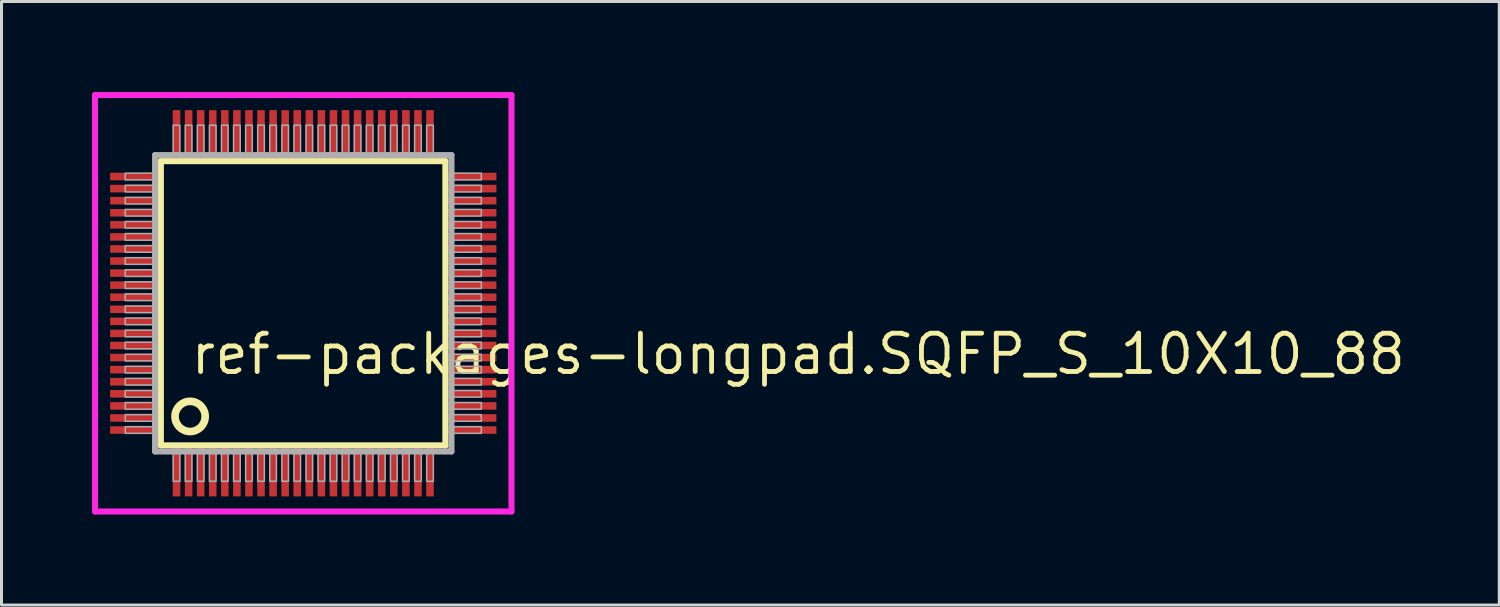
<source format=kicad_pcb>
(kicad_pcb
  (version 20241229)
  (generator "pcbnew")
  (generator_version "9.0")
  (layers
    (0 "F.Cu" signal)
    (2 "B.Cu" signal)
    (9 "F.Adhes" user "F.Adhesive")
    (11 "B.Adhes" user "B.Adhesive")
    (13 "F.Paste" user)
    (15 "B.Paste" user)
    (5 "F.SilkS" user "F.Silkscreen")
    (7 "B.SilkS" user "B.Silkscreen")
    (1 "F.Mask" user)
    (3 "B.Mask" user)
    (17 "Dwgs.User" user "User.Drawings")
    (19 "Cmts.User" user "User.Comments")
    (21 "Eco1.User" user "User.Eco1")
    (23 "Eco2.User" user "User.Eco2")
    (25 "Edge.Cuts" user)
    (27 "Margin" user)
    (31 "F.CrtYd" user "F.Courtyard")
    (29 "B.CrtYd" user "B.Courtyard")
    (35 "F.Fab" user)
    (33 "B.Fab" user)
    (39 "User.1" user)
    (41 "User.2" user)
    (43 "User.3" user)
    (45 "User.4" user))
  (footprint "ref-packages-longpad.SQFP_S_10X10_88"
    (layer "F.Cu")
    (at 7 7)
    (property "Reference" "ref-packages-longpad.SQFP_S_10X10_88" (at -3.81 2.425 0) (layer "F.SilkS") (effects (font (size 1.27 1.27) (thickness 0.16)) (justify left bottom)))
    (attr smd)
    (fp_line (start -4.72 -4.71) (end 4.71 -4.71) (stroke (width 0.203) (type default)) (layer "F.SilkS"))
    (fp_line (start -4.72 4.71) (end -4.72 -4.71) (stroke (width 0.203) (type default)) (layer "F.SilkS"))
    (fp_line (start 4.71 -4.71) (end 4.71 4.71) (stroke (width 0.203) (type default)) (layer "F.SilkS"))
    (fp_line (start 4.71 4.71) (end -4.72 4.71) (stroke (width 0.203) (type default)) (layer "F.SilkS"))
    (fp_circle (center -3.75 3.75) (end -3.25 3.75) (stroke (width 0.254) (type default)) (fill no) (layer "F.SilkS"))
    (fp_line (start -6.9 -6.9) (end 6.9 -6.9) (stroke (width 0.2) (type default)) (layer "F.CrtYd"))
    (fp_line (start -6.9 6.9) (end -6.9 -6.9) (stroke (width 0.2) (type default)) (layer "F.CrtYd"))
    (fp_line (start 6.9 -6.9) (end 6.9 6.9) (stroke (width 0.2) (type default)) (layer "F.CrtYd"))
    (fp_line (start 6.9 6.9) (end -6.9 6.9) (stroke (width 0.2) (type default)) (layer "F.CrtYd"))
    (fp_line (start -4.91 -4.91) (end -4.91 4.91) (stroke (width 0.203) (type default)) (layer "F.Fab"))
    (fp_line (start -4.91 4.91) (end 4.91 4.91) (stroke (width 0.203) (type default)) (layer "F.Fab"))
    (fp_line (start 4.91 -4.91) (end -4.91 -4.91) (stroke (width 0.203) (type default)) (layer "F.Fab"))
    (fp_line (start 4.91 4.91) (end 4.91 -4.91) (stroke (width 0.203) (type default)) (layer "F.Fab"))
    (fp_rect (start -5.9 -4.09) (end -4.95 -4.31) (stroke (width 0.05) (type default)) (fill no) (layer "F.Fab"))
    (fp_rect (start -5.9 -3.69) (end -4.95 -3.91) (stroke (width 0.05) (type default)) (fill no) (layer "F.Fab"))
    (fp_rect (start -5.9 -3.29) (end -4.95 -3.51) (stroke (width 0.05) (type default)) (fill no) (layer "F.Fab"))
    (fp_rect (start -5.9 -2.89) (end -4.95 -3.11) (stroke (width 0.05) (type default)) (fill no) (layer "F.Fab"))
    (fp_rect (start -5.9 -2.49) (end -4.95 -2.71) (stroke (width 0.05) (type default)) (fill no) (layer "F.Fab"))
    (fp_rect (start -5.9 -2.09) (end -4.95 -2.31) (stroke (width 0.05) (type default)) (fill no) (layer "F.Fab"))
    (fp_rect (start -5.9 -1.69) (end -4.95 -1.91) (stroke (width 0.05) (type default)) (fill no) (layer "F.Fab"))
    (fp_rect (start -5.9 -1.29) (end -4.95 -1.51) (stroke (width 0.05) (type default)) (fill no) (layer "F.Fab"))
    (fp_rect (start -5.9 -0.89) (end -4.95 -1.11) (stroke (width 0.05) (type default)) (fill no) (layer "F.Fab"))
    (fp_rect (start -5.9 -0.49) (end -4.95 -0.71) (stroke (width 0.05) (type default)) (fill no) (layer "F.Fab"))
    (fp_rect (start -5.9 -0.09) (end -4.95 -0.31) (stroke (width 0.05) (type default)) (fill no) (layer "F.Fab"))
    (fp_rect (start -5.9 0.31) (end -4.95 0.09) (stroke (width 0.05) (type default)) (fill no) (layer "F.Fab"))
    (fp_rect (start -5.9 0.71) (end -4.95 0.49) (stroke (width 0.05) (type default)) (fill no) (layer "F.Fab"))
    (fp_rect (start -5.9 1.11) (end -4.95 0.89) (stroke (width 0.05) (type default)) (fill no) (layer "F.Fab"))
    (fp_rect (start -5.9 1.51) (end -4.95 1.29) (stroke (width 0.05) (type default)) (fill no) (layer "F.Fab"))
    (fp_rect (start -5.9 1.91) (end -4.95 1.69) (stroke (width 0.05) (type default)) (fill no) (layer "F.Fab"))
    (fp_rect (start -5.9 2.31) (end -4.95 2.09) (stroke (width 0.05) (type default)) (fill no) (layer "F.Fab"))
    (fp_rect (start -5.9 2.71) (end -4.95 2.49) (stroke (width 0.05) (type default)) (fill no) (layer "F.Fab"))
    (fp_rect (start -5.9 3.11) (end -4.95 2.89) (stroke (width 0.05) (type default)) (fill no) (layer "F.Fab"))
    (fp_rect (start -5.9 3.51) (end -4.95 3.29) (stroke (width 0.05) (type default)) (fill no) (layer "F.Fab"))
    (fp_rect (start -5.9 3.91) (end -4.95 3.69) (stroke (width 0.05) (type default)) (fill no) (layer "F.Fab"))
    (fp_rect (start -5.9 4.31) (end -4.95 4.09) (stroke (width 0.05) (type default)) (fill no) (layer "F.Fab"))
    (fp_rect (start -4.31 -4.95) (end -4.09 -5.9) (stroke (width 0.05) (type default)) (fill no) (layer "F.Fab"))
    (fp_rect (start -4.31 5.9) (end -4.09 4.95) (stroke (width 0.05) (type default)) (fill no) (layer "F.Fab"))
    (fp_rect (start -3.91 -4.95) (end -3.69 -5.9) (stroke (width 0.05) (type default)) (fill no) (layer "F.Fab"))
    (fp_rect (start -3.91 5.9) (end -3.69 4.95) (stroke (width 0.05) (type default)) (fill no) (layer "F.Fab"))
    (fp_rect (start -3.51 -4.95) (end -3.29 -5.9) (stroke (width 0.05) (type default)) (fill no) (layer "F.Fab"))
    (fp_rect (start -3.51 5.9) (end -3.29 4.95) (stroke (width 0.05) (type default)) (fill no) (layer "F.Fab"))
    (fp_rect (start -3.11 -4.95) (end -2.89 -5.9) (stroke (width 0.05) (type default)) (fill no) (layer "F.Fab"))
    (fp_rect (start -3.11 5.9) (end -2.89 4.95) (stroke (width 0.05) (type default)) (fill no) (layer "F.Fab"))
    (fp_rect (start -2.71 -4.95) (end -2.49 -5.9) (stroke (width 0.05) (type default)) (fill no) (layer "F.Fab"))
    (fp_rect (start -2.71 5.9) (end -2.49 4.95) (stroke (width 0.05) (type default)) (fill no) (layer "F.Fab"))
    (fp_rect (start -2.31 -4.95) (end -2.09 -5.9) (stroke (width 0.05) (type default)) (fill no) (layer "F.Fab"))
    (fp_rect (start -2.31 5.9) (end -2.09 4.95) (stroke (width 0.05) (type default)) (fill no) (layer "F.Fab"))
    (fp_rect (start -1.91 -4.95) (end -1.69 -5.9) (stroke (width 0.05) (type default)) (fill no) (layer "F.Fab"))
    (fp_rect (start -1.91 5.9) (end -1.69 4.95) (stroke (width 0.05) (type default)) (fill no) (layer "F.Fab"))
    (fp_rect (start -1.51 -4.95) (end -1.29 -5.9) (stroke (width 0.05) (type default)) (fill no) (layer "F.Fab"))
    (fp_rect (start -1.51 5.9) (end -1.29 4.95) (stroke (width 0.05) (type default)) (fill no) (layer "F.Fab"))
    (fp_rect (start -1.11 -4.95) (end -0.89 -5.9) (stroke (width 0.05) (type default)) (fill no) (layer "F.Fab"))
    (fp_rect (start -1.11 5.9) (end -0.89 4.95) (stroke (width 0.05) (type default)) (fill no) (layer "F.Fab"))
    (fp_rect (start -0.71 -4.95) (end -0.49 -5.9) (stroke (width 0.05) (type default)) (fill no) (layer "F.Fab"))
    (fp_rect (start -0.71 5.9) (end -0.49 4.95) (stroke (width 0.05) (type default)) (fill no) (layer "F.Fab"))
    (fp_rect (start -0.31 -4.95) (end -0.09 -5.9) (stroke (width 0.05) (type default)) (fill no) (layer "F.Fab"))
    (fp_rect (start -0.31 5.9) (end -0.09 4.95) (stroke (width 0.05) (type default)) (fill no) (layer "F.Fab"))
    (fp_rect (start 0.09 -4.95) (end 0.31 -5.9) (stroke (width 0.05) (type default)) (fill no) (layer "F.Fab"))
    (fp_rect (start 0.09 5.9) (end 0.31 4.95) (stroke (width 0.05) (type default)) (fill no) (layer "F.Fab"))
    (fp_rect (start 0.49 -4.95) (end 0.71 -5.9) (stroke (width 0.05) (type default)) (fill no) (layer "F.Fab"))
    (fp_rect (start 0.49 5.9) (end 0.71 4.95) (stroke (width 0.05) (type default)) (fill no) (layer "F.Fab"))
    (fp_rect (start 0.89 -4.95) (end 1.11 -5.9) (stroke (width 0.05) (type default)) (fill no) (layer "F.Fab"))
    (fp_rect (start 0.89 5.9) (end 1.11 4.95) (stroke (width 0.05) (type default)) (fill no) (layer "F.Fab"))
    (fp_rect (start 1.29 -4.95) (end 1.51 -5.9) (stroke (width 0.05) (type default)) (fill no) (layer "F.Fab"))
    (fp_rect (start 1.29 5.9) (end 1.51 4.95) (stroke (width 0.05) (type default)) (fill no) (layer "F.Fab"))
    (fp_rect (start 1.69 -4.95) (end 1.91 -5.9) (stroke (width 0.05) (type default)) (fill no) (layer "F.Fab"))
    (fp_rect (start 1.69 5.9) (end 1.91 4.95) (stroke (width 0.05) (type default)) (fill no) (layer "F.Fab"))
    (fp_rect (start 2.09 -4.95) (end 2.31 -5.9) (stroke (width 0.05) (type default)) (fill no) (layer "F.Fab"))
    (fp_rect (start 2.09 5.9) (end 2.31 4.95) (stroke (width 0.05) (type default)) (fill no) (layer "F.Fab"))
    (fp_rect (start 2.49 -4.95) (end 2.71 -5.9) (stroke (width 0.05) (type default)) (fill no) (layer "F.Fab"))
    (fp_rect (start 2.49 5.9) (end 2.71 4.95) (stroke (width 0.05) (type default)) (fill no) (layer "F.Fab"))
    (fp_rect (start 2.89 -4.95) (end 3.11 -5.9) (stroke (width 0.05) (type default)) (fill no) (layer "F.Fab"))
    (fp_rect (start 2.89 5.9) (end 3.11 4.95) (stroke (width 0.05) (type default)) (fill no) (layer "F.Fab"))
    (fp_rect (start 3.29 -4.95) (end 3.51 -5.9) (stroke (width 0.05) (type default)) (fill no) (layer "F.Fab"))
    (fp_rect (start 3.29 5.9) (end 3.51 4.95) (stroke (width 0.05) (type default)) (fill no) (layer "F.Fab"))
    (fp_rect (start 3.69 -4.95) (end 3.91 -5.9) (stroke (width 0.05) (type default)) (fill no) (layer "F.Fab"))
    (fp_rect (start 3.69 5.9) (end 3.91 4.95) (stroke (width 0.05) (type default)) (fill no) (layer "F.Fab"))
    (fp_rect (start 4.09 -4.95) (end 4.31 -5.9) (stroke (width 0.05) (type default)) (fill no) (layer "F.Fab"))
    (fp_rect (start 4.09 5.9) (end 4.31 4.95) (stroke (width 0.05) (type default)) (fill no) (layer "F.Fab"))
    (fp_rect (start 4.95 -4.09) (end 5.9 -4.31) (stroke (width 0.05) (type default)) (fill no) (layer "F.Fab"))
    (fp_rect (start 4.95 -3.69) (end 5.9 -3.91) (stroke (width 0.05) (type default)) (fill no) (layer "F.Fab"))
    (fp_rect (start 4.95 -3.29) (end 5.9 -3.51) (stroke (width 0.05) (type default)) (fill no) (layer "F.Fab"))
    (fp_rect (start 4.95 -2.89) (end 5.9 -3.11) (stroke (width 0.05) (type default)) (fill no) (layer "F.Fab"))
    (fp_rect (start 4.95 -2.49) (end 5.9 -2.71) (stroke (width 0.05) (type default)) (fill no) (layer "F.Fab"))
    (fp_rect (start 4.95 -2.09) (end 5.9 -2.31) (stroke (width 0.05) (type default)) (fill no) (layer "F.Fab"))
    (fp_rect (start 4.95 -1.69) (end 5.9 -1.91) (stroke (width 0.05) (type default)) (fill no) (layer "F.Fab"))
    (fp_rect (start 4.95 -1.29) (end 5.9 -1.51) (stroke (width 0.05) (type default)) (fill no) (layer "F.Fab"))
    (fp_rect (start 4.95 -0.89) (end 5.9 -1.11) (stroke (width 0.05) (type default)) (fill no) (layer "F.Fab"))
    (fp_rect (start 4.95 -0.49) (end 5.9 -0.71) (stroke (width 0.05) (type default)) (fill no) (layer "F.Fab"))
    (fp_rect (start 4.95 -0.09) (end 5.9 -0.31) (stroke (width 0.05) (type default)) (fill no) (layer "F.Fab"))
    (fp_rect (start 4.95 0.31) (end 5.9 0.09) (stroke (width 0.05) (type default)) (fill no) (layer "F.Fab"))
    (fp_rect (start 4.95 0.71) (end 5.9 0.49) (stroke (width 0.05) (type default)) (fill no) (layer "F.Fab"))
    (fp_rect (start 4.95 1.11) (end 5.9 0.89) (stroke (width 0.05) (type default)) (fill no) (layer "F.Fab"))
    (fp_rect (start 4.95 1.51) (end 5.9 1.29) (stroke (width 0.05) (type default)) (fill no) (layer "F.Fab"))
    (fp_rect (start 4.95 1.91) (end 5.9 1.69) (stroke (width 0.05) (type default)) (fill no) (layer "F.Fab"))
    (fp_rect (start 4.95 2.31) (end 5.9 2.09) (stroke (width 0.05) (type default)) (fill no) (layer "F.Fab"))
    (fp_rect (start 4.95 2.71) (end 5.9 2.49) (stroke (width 0.05) (type default)) (fill no) (layer "F.Fab"))
    (fp_rect (start 4.95 3.11) (end 5.9 2.89) (stroke (width 0.05) (type default)) (fill no) (layer "F.Fab"))
    (fp_rect (start 4.95 3.51) (end 5.9 3.29) (stroke (width 0.05) (type default)) (fill no) (layer "F.Fab"))
    (fp_rect (start 4.95 3.91) (end 5.9 3.69) (stroke (width 0.05) (type default)) (fill no) (layer "F.Fab"))
    (fp_rect (start 4.95 4.31) (end 5.9 4.09) (stroke (width 0.05) (type default)) (fill no) (layer "F.Fab"))
    (pad "1" smd roundrect (at -4.2 5.6) (size 0.25 1.6) (layers "F.Cu" "F.Mask" "F.Paste") (roundrect_rratio 0.01))
    (pad "2" smd roundrect (at -3.8 5.6) (size 0.25 1.6) (layers "F.Cu" "F.Mask" "F.Paste") (roundrect_rratio 0.01))
    (pad "3" smd roundrect (at -3.4 5.6) (size 0.25 1.6) (layers "F.Cu" "F.Mask" "F.Paste") (roundrect_rratio 0.01))
    (pad "4" smd roundrect (at -3 5.6) (size 0.25 1.6) (layers "F.Cu" "F.Mask" "F.Paste") (roundrect_rratio 0.01))
    (pad "5" smd roundrect (at -2.6 5.6) (size 0.25 1.6) (layers "F.Cu" "F.Mask" "F.Paste") (roundrect_rratio 0.01))
    (pad "6" smd roundrect (at -2.2 5.6) (size 0.25 1.6) (layers "F.Cu" "F.Mask" "F.Paste") (roundrect_rratio 0.01))
    (pad "7" smd roundrect (at -1.8 5.6) (size 0.25 1.6) (layers "F.Cu" "F.Mask" "F.Paste") (roundrect_rratio 0.01))
    (pad "8" smd roundrect (at -1.4 5.6) (size 0.25 1.6) (layers "F.Cu" "F.Mask" "F.Paste") (roundrect_rratio 0.01))
    (pad "9" smd roundrect (at -1 5.6) (size 0.25 1.6) (layers "F.Cu" "F.Mask" "F.Paste") (roundrect_rratio 0.01))
    (pad "10" smd roundrect (at -0.6 5.6) (size 0.25 1.6) (layers "F.Cu" "F.Mask" "F.Paste") (roundrect_rratio 0.01))
    (pad "11" smd roundrect (at -0.2 5.6) (size 0.25 1.6) (layers "F.Cu" "F.Mask" "F.Paste") (roundrect_rratio 0.01))
    (pad "12" smd roundrect (at 0.2 5.6) (size 0.25 1.6) (layers "F.Cu" "F.Mask" "F.Paste") (roundrect_rratio 0.01))
    (pad "13" smd roundrect (at 0.6 5.6) (size 0.25 1.6) (layers "F.Cu" "F.Mask" "F.Paste") (roundrect_rratio 0.01))
    (pad "14" smd roundrect (at 1 5.6) (size 0.25 1.6) (layers "F.Cu" "F.Mask" "F.Paste") (roundrect_rratio 0.01))
    (pad "15" smd roundrect (at 1.4 5.6) (size 0.25 1.6) (layers "F.Cu" "F.Mask" "F.Paste") (roundrect_rratio 0.01))
    (pad "16" smd roundrect (at 1.8 5.6) (size 0.25 1.6) (layers "F.Cu" "F.Mask" "F.Paste") (roundrect_rratio 0.01))
    (pad "17" smd roundrect (at 2.2 5.6) (size 0.25 1.6) (layers "F.Cu" "F.Mask" "F.Paste") (roundrect_rratio 0.01))
    (pad "18" smd roundrect (at 2.6 5.6) (size 0.25 1.6) (layers "F.Cu" "F.Mask" "F.Paste") (roundrect_rratio 0.01))
    (pad "19" smd roundrect (at 3 5.6) (size 0.25 1.6) (layers "F.Cu" "F.Mask" "F.Paste") (roundrect_rratio 0.01))
    (pad "20" smd roundrect (at 3.4 5.6) (size 0.25 1.6) (layers "F.Cu" "F.Mask" "F.Paste") (roundrect_rratio 0.01))
    (pad "21" smd roundrect (at 3.8 5.6) (size 0.25 1.6) (layers "F.Cu" "F.Mask" "F.Paste") (roundrect_rratio 0.01))
    (pad "22" smd roundrect (at 4.2 5.6) (size 0.25 1.6) (layers "F.Cu" "F.Mask" "F.Paste") (roundrect_rratio 0.01))
    (pad "23" smd roundrect (at 5.6 4.2) (size 1.6 0.25) (layers "F.Cu" "F.Mask" "F.Paste") (roundrect_rratio 0.01))
    (pad "24" smd roundrect (at 5.6 3.8) (size 1.6 0.25) (layers "F.Cu" "F.Mask" "F.Paste") (roundrect_rratio 0.01))
    (pad "25" smd roundrect (at 5.6 3.4) (size 1.6 0.25) (layers "F.Cu" "F.Mask" "F.Paste") (roundrect_rratio 0.01))
    (pad "26" smd roundrect (at 5.6 3) (size 1.6 0.25) (layers "F.Cu" "F.Mask" "F.Paste") (roundrect_rratio 0.01))
    (pad "27" smd roundrect (at 5.6 2.6) (size 1.6 0.25) (layers "F.Cu" "F.Mask" "F.Paste") (roundrect_rratio 0.01))
    (pad "28" smd roundrect (at 5.6 2.2) (size 1.6 0.25) (layers "F.Cu" "F.Mask" "F.Paste") (roundrect_rratio 0.01))
    (pad "29" smd roundrect (at 5.6 1.8) (size 1.6 0.25) (layers "F.Cu" "F.Mask" "F.Paste") (roundrect_rratio 0.01))
    (pad "30" smd roundrect (at 5.6 1.4) (size 1.6 0.25) (layers "F.Cu" "F.Mask" "F.Paste") (roundrect_rratio 0.01))
    (pad "31" smd roundrect (at 5.6 1) (size 1.6 0.25) (layers "F.Cu" "F.Mask" "F.Paste") (roundrect_rratio 0.01))
    (pad "32" smd roundrect (at 5.6 0.6) (size 1.6 0.25) (layers "F.Cu" "F.Mask" "F.Paste") (roundrect_rratio 0.01))
    (pad "33" smd roundrect (at 5.6 0.2) (size 1.6 0.25) (layers "F.Cu" "F.Mask" "F.Paste") (roundrect_rratio 0.01))
    (pad "34" smd roundrect (at 5.6 -0.2) (size 1.6 0.25) (layers "F.Cu" "F.Mask" "F.Paste") (roundrect_rratio 0.01))
    (pad "35" smd roundrect (at 5.6 -0.6) (size 1.6 0.25) (layers "F.Cu" "F.Mask" "F.Paste") (roundrect_rratio 0.01))
    (pad "36" smd roundrect (at 5.6 -1) (size 1.6 0.25) (layers "F.Cu" "F.Mask" "F.Paste") (roundrect_rratio 0.01))
    (pad "37" smd roundrect (at 5.6 -1.4) (size 1.6 0.25) (layers "F.Cu" "F.Mask" "F.Paste") (roundrect_rratio 0.01))
    (pad "38" smd roundrect (at 5.6 -1.8) (size 1.6 0.25) (layers "F.Cu" "F.Mask" "F.Paste") (roundrect_rratio 0.01))
    (pad "39" smd roundrect (at 5.6 -2.2) (size 1.6 0.25) (layers "F.Cu" "F.Mask" "F.Paste") (roundrect_rratio 0.01))
    (pad "40" smd roundrect (at 5.6 -2.6) (size 1.6 0.25) (layers "F.Cu" "F.Mask" "F.Paste") (roundrect_rratio 0.01))
    (pad "41" smd roundrect (at 5.6 -3) (size 1.6 0.25) (layers "F.Cu" "F.Mask" "F.Paste") (roundrect_rratio 0.01))
    (pad "42" smd roundrect (at 5.6 -3.4) (size 1.6 0.25) (layers "F.Cu" "F.Mask" "F.Paste") (roundrect_rratio 0.01))
    (pad "43" smd roundrect (at 5.6 -3.8) (size 1.6 0.25) (layers "F.Cu" "F.Mask" "F.Paste") (roundrect_rratio 0.01))
    (pad "44" smd roundrect (at 5.6 -4.2) (size 1.6 0.25) (layers "F.Cu" "F.Mask" "F.Paste") (roundrect_rratio 0.01))
    (pad "45" smd roundrect (at 4.2 -5.6) (size 0.25 1.6) (layers "F.Cu" "F.Mask" "F.Paste") (roundrect_rratio 0.01))
    (pad "46" smd roundrect (at 3.8 -5.6) (size 0.25 1.6) (layers "F.Cu" "F.Mask" "F.Paste") (roundrect_rratio 0.01))
    (pad "47" smd roundrect (at 3.4 -5.6) (size 0.25 1.6) (layers "F.Cu" "F.Mask" "F.Paste") (roundrect_rratio 0.01))
    (pad "48" smd roundrect (at 3 -5.6) (size 0.25 1.6) (layers "F.Cu" "F.Mask" "F.Paste") (roundrect_rratio 0.01))
    (pad "49" smd roundrect (at 2.6 -5.6) (size 0.25 1.6) (layers "F.Cu" "F.Mask" "F.Paste") (roundrect_rratio 0.01))
    (pad "50" smd roundrect (at 2.2 -5.6) (size 0.25 1.6) (layers "F.Cu" "F.Mask" "F.Paste") (roundrect_rratio 0.01))
    (pad "51" smd roundrect (at 1.8 -5.6) (size 0.25 1.6) (layers "F.Cu" "F.Mask" "F.Paste") (roundrect_rratio 0.01))
    (pad "52" smd roundrect (at 1.4 -5.6) (size 0.25 1.6) (layers "F.Cu" "F.Mask" "F.Paste") (roundrect_rratio 0.01))
    (pad "53" smd roundrect (at 1 -5.6) (size 0.25 1.6) (layers "F.Cu" "F.Mask" "F.Paste") (roundrect_rratio 0.01))
    (pad "54" smd roundrect (at 0.6 -5.6) (size 0.25 1.6) (layers "F.Cu" "F.Mask" "F.Paste") (roundrect_rratio 0.01))
    (pad "55" smd roundrect (at 0.2 -5.6) (size 0.25 1.6) (layers "F.Cu" "F.Mask" "F.Paste") (roundrect_rratio 0.01))
    (pad "56" smd roundrect (at -0.2 -5.6) (size 0.25 1.6) (layers "F.Cu" "F.Mask" "F.Paste") (roundrect_rratio 0.01))
    (pad "57" smd roundrect (at -0.6 -5.6) (size 0.25 1.6) (layers "F.Cu" "F.Mask" "F.Paste") (roundrect_rratio 0.01))
    (pad "58" smd roundrect (at -1 -5.6) (size 0.25 1.6) (layers "F.Cu" "F.Mask" "F.Paste") (roundrect_rratio 0.01))
    (pad "59" smd roundrect (at -1.4 -5.6) (size 0.25 1.6) (layers "F.Cu" "F.Mask" "F.Paste") (roundrect_rratio 0.01))
    (pad "60" smd roundrect (at -1.8 -5.6) (size 0.25 1.6) (layers "F.Cu" "F.Mask" "F.Paste") (roundrect_rratio 0.01))
    (pad "61" smd roundrect (at -2.2 -5.6) (size 0.25 1.6) (layers "F.Cu" "F.Mask" "F.Paste") (roundrect_rratio 0.01))
    (pad "62" smd roundrect (at -2.6 -5.6) (size 0.25 1.6) (layers "F.Cu" "F.Mask" "F.Paste") (roundrect_rratio 0.01))
    (pad "63" smd roundrect (at -3 -5.6) (size 0.25 1.6) (layers "F.Cu" "F.Mask" "F.Paste") (roundrect_rratio 0.01))
    (pad "64" smd roundrect (at -3.4 -5.6) (size 0.25 1.6) (layers "F.Cu" "F.Mask" "F.Paste") (roundrect_rratio 0.01))
    (pad "65" smd roundrect (at -3.8 -5.6) (size 0.25 1.6) (layers "F.Cu" "F.Mask" "F.Paste") (roundrect_rratio 0.01))
    (pad "66" smd roundrect (at -4.2 -5.6) (size 0.25 1.6) (layers "F.Cu" "F.Mask" "F.Paste") (roundrect_rratio 0.01))
    (pad "67" smd roundrect (at -5.6 -4.2) (size 1.6 0.25) (layers "F.Cu" "F.Mask" "F.Paste") (roundrect_rratio 0.01))
    (pad "68" smd roundrect (at -5.6 -3.8) (size 1.6 0.25) (layers "F.Cu" "F.Mask" "F.Paste") (roundrect_rratio 0.01))
    (pad "69" smd roundrect (at -5.6 -3.4) (size 1.6 0.25) (layers "F.Cu" "F.Mask" "F.Paste") (roundrect_rratio 0.01))
    (pad "70" smd roundrect (at -5.6 -3) (size 1.6 0.25) (layers "F.Cu" "F.Mask" "F.Paste") (roundrect_rratio 0.01))
    (pad "71" smd roundrect (at -5.6 -2.6) (size 1.6 0.25) (layers "F.Cu" "F.Mask" "F.Paste") (roundrect_rratio 0.01))
    (pad "72" smd roundrect (at -5.6 -2.2) (size 1.6 0.25) (layers "F.Cu" "F.Mask" "F.Paste") (roundrect_rratio 0.01))
    (pad "73" smd roundrect (at -5.6 -1.8) (size 1.6 0.25) (layers "F.Cu" "F.Mask" "F.Paste") (roundrect_rratio 0.01))
    (pad "74" smd roundrect (at -5.6 -1.4) (size 1.6 0.25) (layers "F.Cu" "F.Mask" "F.Paste") (roundrect_rratio 0.01))
    (pad "75" smd roundrect (at -5.6 -1) (size 1.6 0.25) (layers "F.Cu" "F.Mask" "F.Paste") (roundrect_rratio 0.01))
    (pad "76" smd roundrect (at -5.6 -0.6) (size 1.6 0.25) (layers "F.Cu" "F.Mask" "F.Paste") (roundrect_rratio 0.01))
    (pad "77" smd roundrect (at -5.6 -0.2) (size 1.6 0.25) (layers "F.Cu" "F.Mask" "F.Paste") (roundrect_rratio 0.01))
    (pad "78" smd roundrect (at -5.6 0.2) (size 1.6 0.25) (layers "F.Cu" "F.Mask" "F.Paste") (roundrect_rratio 0.01))
    (pad "79" smd roundrect (at -5.6 0.6) (size 1.6 0.25) (layers "F.Cu" "F.Mask" "F.Paste") (roundrect_rratio 0.01))
    (pad "80" smd roundrect (at -5.6 1) (size 1.6 0.25) (layers "F.Cu" "F.Mask" "F.Paste") (roundrect_rratio 0.01))
    (pad "81" smd roundrect (at -5.6 1.4) (size 1.6 0.25) (layers "F.Cu" "F.Mask" "F.Paste") (roundrect_rratio 0.01))
    (pad "82" smd roundrect (at -5.6 1.8) (size 1.6 0.25) (layers "F.Cu" "F.Mask" "F.Paste") (roundrect_rratio 0.01))
    (pad "83" smd roundrect (at -5.6 2.2) (size 1.6 0.25) (layers "F.Cu" "F.Mask" "F.Paste") (roundrect_rratio 0.01))
    (pad "84" smd roundrect (at -5.6 2.6) (size 1.6 0.25) (layers "F.Cu" "F.Mask" "F.Paste") (roundrect_rratio 0.01))
    (pad "85" smd roundrect (at -5.6 3) (size 1.6 0.25) (layers "F.Cu" "F.Mask" "F.Paste") (roundrect_rratio 0.01))
    (pad "86" smd roundrect (at -5.6 3.4) (size 1.6 0.25) (layers "F.Cu" "F.Mask" "F.Paste") (roundrect_rratio 0.01))
    (pad "87" smd roundrect (at -5.6 3.8) (size 1.6 0.25) (layers "F.Cu" "F.Mask" "F.Paste") (roundrect_rratio 0.01))
    (pad "88" smd roundrect (at -5.6 4.2) (size 1.6 0.25) (layers "F.Cu" "F.Mask" "F.Paste") (roundrect_rratio 0.01)))
  (gr_rect
    (start -3 -3)
    (end 46.633 17)
    (stroke (width 0.1) (type default))
    (fill no)
    (layer "Edge.Cuts")))
</source>
